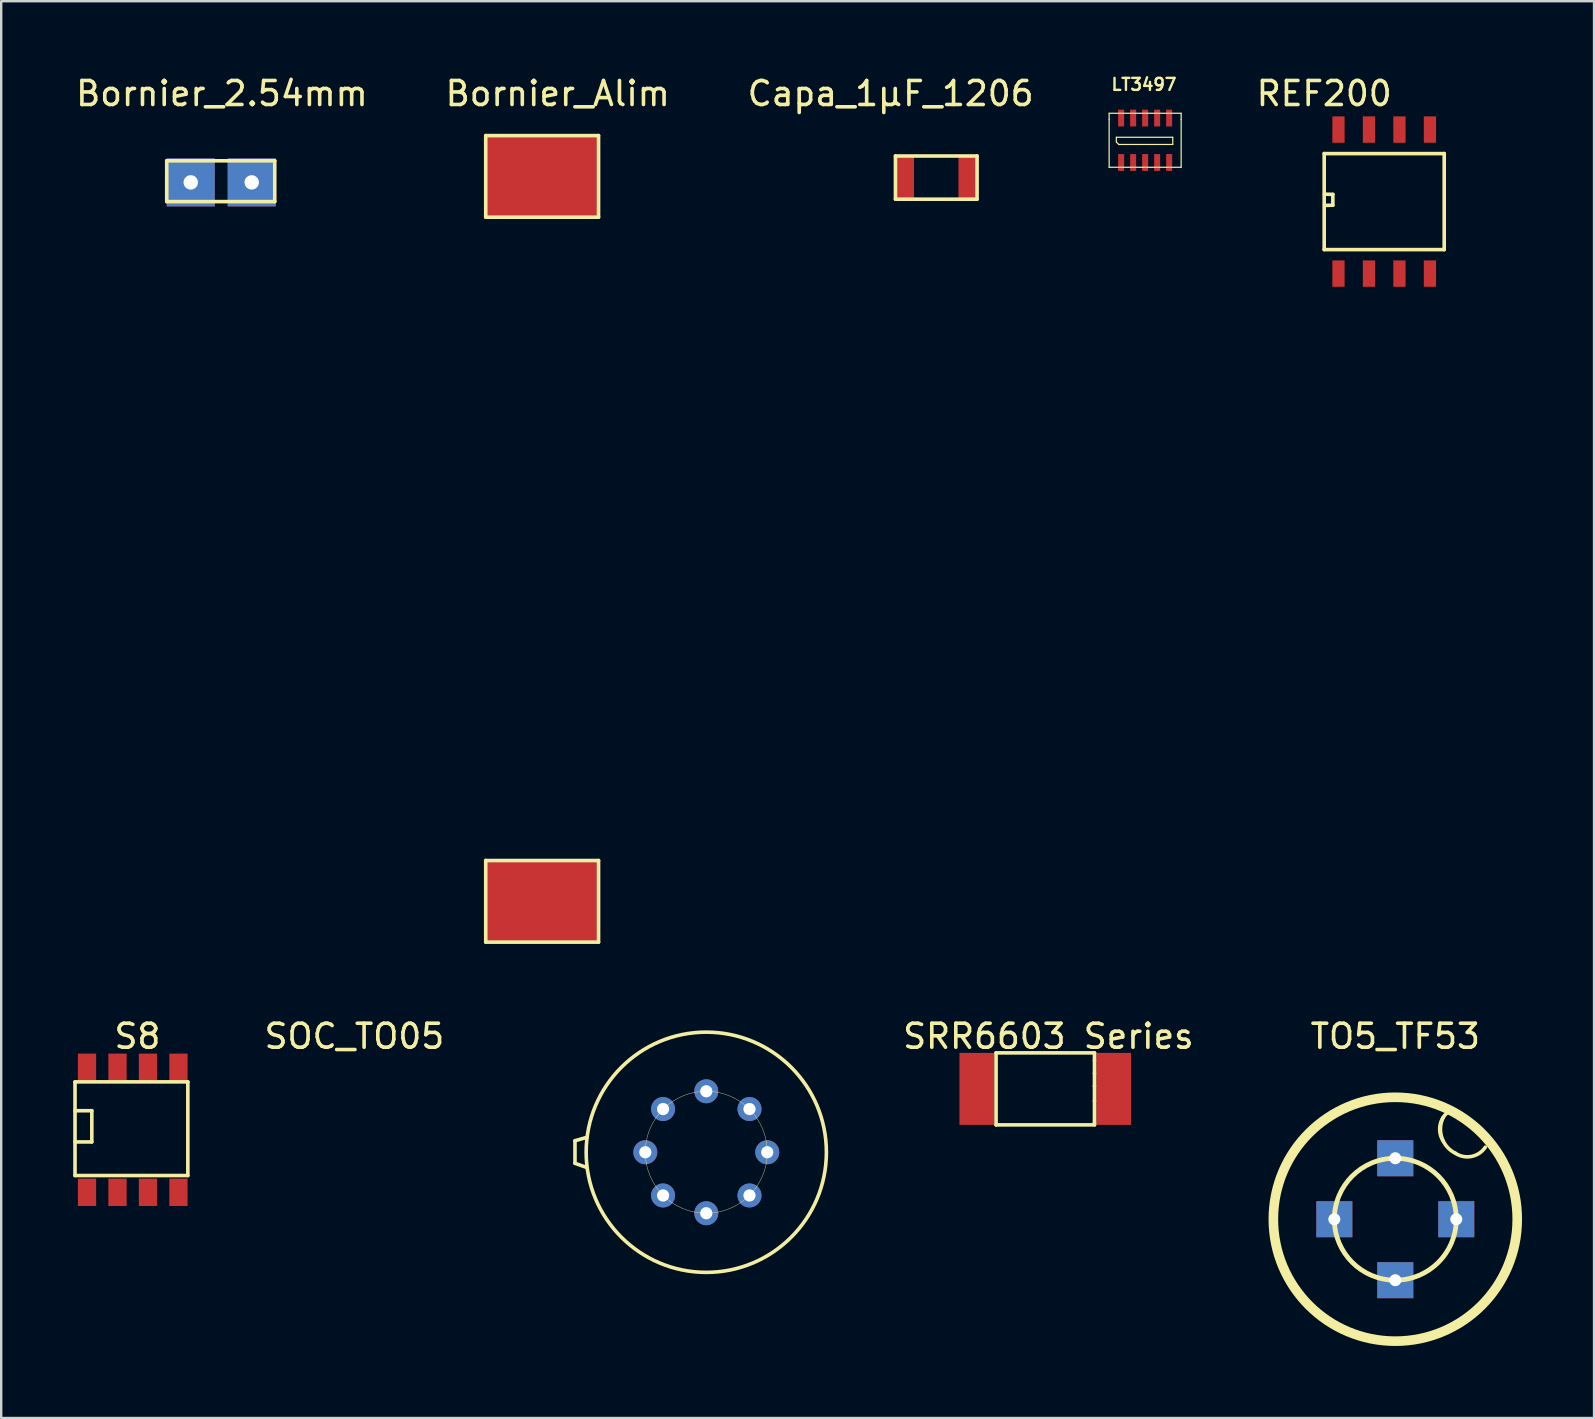
<source format=kicad_pcb>
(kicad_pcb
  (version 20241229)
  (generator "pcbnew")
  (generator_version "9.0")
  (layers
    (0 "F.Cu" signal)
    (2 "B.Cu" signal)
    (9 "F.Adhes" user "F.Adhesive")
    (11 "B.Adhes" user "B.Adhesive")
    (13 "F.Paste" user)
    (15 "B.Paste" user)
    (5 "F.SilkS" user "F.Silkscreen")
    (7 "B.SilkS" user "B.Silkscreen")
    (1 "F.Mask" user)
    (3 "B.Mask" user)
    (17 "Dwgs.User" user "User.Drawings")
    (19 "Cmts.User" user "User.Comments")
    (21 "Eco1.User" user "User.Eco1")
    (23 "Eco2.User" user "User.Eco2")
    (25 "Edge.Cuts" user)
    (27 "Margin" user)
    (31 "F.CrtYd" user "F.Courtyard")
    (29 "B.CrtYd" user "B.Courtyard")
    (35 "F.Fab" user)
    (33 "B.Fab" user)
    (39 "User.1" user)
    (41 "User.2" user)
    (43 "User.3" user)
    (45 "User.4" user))
  (footprint "Capa_1µF_1206"
    (layer "F.Cu")
    (at 34.254 3.448)
    (property "Reference" "Capa_1µF_1206" (at -0.2 -2.6 0) (layer "F.SilkS") (effects (font (size 1 1) (thickness 0.15))))
    (attr through_hole)
    (fp_line (start 0 0) (end 3.4 0) (stroke (width 0.15) (type solid)) (layer "F.SilkS"))
    (fp_line (start 0 1.8) (end 0 0) (stroke (width 0.15) (type solid)) (layer "F.SilkS"))
    (fp_line (start 3.4 0) (end 3.4 1.8) (stroke (width 0.15) (type solid)) (layer "F.SilkS"))
    (fp_line (start 3.4 1.8) (end 0 1.8) (stroke (width 0.15) (type solid)) (layer "F.SilkS"))
    (pad "1" smd rect (at 0.4 0.9) (size 0.75 1.8) (layers "F.Cu" "F.Mask" "F.Paste"))
    (pad "2" smd rect (at 3 0.9) (size 0.75 1.8) (layers "F.Cu" "F.Mask" "F.Paste")))
  (footprint "SOC_TO05"
    (layer "F.Cu")
    (at 26.373 44.952)
    (property "Reference" "SOC_TO05" (at -14.66 -4.83 0) (layer "F.SilkS") (effects (font (size 1 1) (thickness 0.15))))
    (attr through_hole)
    (fp_line (start -5.47 -0.48) (end -5.47 0.46) (stroke (width 0.15) (type solid)) (layer "F.SilkS"))
    (fp_line (start -5.47 0.46) (end -5.02 0.62) (stroke (width 0.15) (type solid)) (layer "F.SilkS"))
    (fp_line (start -4.98 -0.62) (end -5.47 -0.48) (stroke (width 0.15) (type solid)) (layer "F.SilkS"))
    (fp_circle (center 0 0) (end 2.54 0) (stroke (width 0.015) (type solid)) (fill no) (layer "F.SilkS"))
    (fp_circle (center 0 0) (end 5.004 -0.01) (stroke (width 0.15) (type solid)) (fill no) (layer "F.SilkS"))
    (pad "1" thru_hole circle (at -2.54 0) (size 1 1) (drill 0.508) (layers "*.Cu" "*.Mask"))
    (pad "2" thru_hole circle (at -1.8 1.8) (size 1 1) (drill 0.508) (layers "*.Cu" "*.Mask"))
    (pad "3" thru_hole circle (at 0 2.54) (size 1 1) (drill 0.508) (layers "*.Cu" "*.Mask"))
    (pad "4" thru_hole circle (at 1.8 1.8) (size 1 1) (drill 0.508) (layers "*.Cu" "*.Mask"))
    (pad "5" thru_hole circle (at 2.54 0) (size 1 1) (drill 0.508) (layers "*.Cu" "*.Mask"))
    (pad "6" thru_hole circle (at 1.8 -1.8) (size 1 1) (drill 0.508) (layers "*.Cu" "*.Mask"))
    (pad "7" thru_hole circle (at 0 -2.54) (size 1 1) (drill 0.508) (layers "*.Cu" "*.Mask"))
    (pad "8" thru_hole circle (at -1.8 -1.8) (size 1 1) (drill 0.508) (layers "*.Cu" "*.Mask")))
  (footprint "REF200"
    (layer "F.Cu")
    (at 52.115 3.348)
    (property "Reference" "REF200" (at 0 -2.5 0) (layer "F.SilkS") (effects (font (size 1 1) (thickness 0.15))))
    (attr through_hole)
    (fp_line (start 0 0) (end 5 0) (stroke (width 0.15) (type solid)) (layer "F.SilkS"))
    (fp_line (start 0 4) (end 0 0) (stroke (width 0.15) (type solid)) (layer "F.SilkS"))
    (fp_line (start 0.02 2.16) (end 0.36 2.15) (stroke (width 0.15) (type solid)) (layer "F.SilkS"))
    (fp_line (start 0.36 1.7) (end 0.01 1.69) (stroke (width 0.15) (type solid)) (layer "F.SilkS"))
    (fp_line (start 0.36 2.15) (end 0.36 1.7) (stroke (width 0.15) (type solid)) (layer "F.SilkS"))
    (fp_line (start 5 0) (end 5 4) (stroke (width 0.15) (type solid)) (layer "F.SilkS"))
    (fp_line (start 5 4) (end 0 4) (stroke (width 0.15) (type solid)) (layer "F.SilkS"))
    (pad "1" smd rect (at 0.595 5) (size 0.51 1.1) (layers "F.Cu" "F.Mask" "F.Paste"))
    (pad "2" smd rect (at 1.865 5) (size 0.51 1.1) (layers "F.Cu" "F.Mask" "F.Paste"))
    (pad "3" smd rect (at 3.135 5) (size 0.51 1.1) (layers "F.Cu" "F.Mask" "F.Paste"))
    (pad "4" smd rect (at 4.405 5) (size 0.51 1.1) (layers "F.Cu" "F.Mask" "F.Paste"))
    (pad "5" smd rect (at 4.405 -1) (size 0.51 1.1) (layers "F.Cu" "F.Mask" "F.Paste"))
    (pad "6" smd rect (at 3.135 -1) (size 0.51 1.1) (layers "F.Cu" "F.Mask" "F.Paste"))
    (pad "7" smd rect (at 1.865 -1) (size 0.51 1.1) (layers "F.Cu" "F.Mask" "F.Paste"))
    (pad "8" smd rect (at 0.595 -1) (size 0.51 1.1) (layers "F.Cu" "F.Mask" "F.Paste")))
  (footprint "TO5_TF53"
    (layer "F.Cu")
    (at 55.077 47.742)
    (property "Reference" "TO5_TF53" (at 0 -7.62 0) (layer "F.SilkS") (effects (font (size 1 1) (thickness 0.15))))
    (attr through_hole)
    (fp_arc (start 2 -3.25) (mid 1.866117 -3.926777) (end 2.25 -4.5) (stroke (width 0.15) (type solid)) (layer "F.SilkS"))
    (fp_arc (start 2.5 -2.75) (mid 1.93934 -3.396447) (end 2 -4.25) (stroke (width 0.15) (type solid)) (layer "F.SilkS"))
    (fp_arc (start 3.75 -3) (mid 3.176777 -2.616117) (end 2.5 -2.75) (stroke (width 0.15) (type solid)) (layer "F.SilkS"))
    (fp_circle (center 0 0) (end -5.08 0) (stroke (width 0.4) (type solid)) (fill no) (layer "F.SilkS"))
    (fp_circle (center 0 0) (end -2.54 0) (stroke (width 0.2) (type solid)) (fill no) (layer "F.SilkS"))
    (pad "1" thru_hole rect (at -2.54 0) (size 1.5 1.5) (drill 0.5) (layers "*.Cu" "*.Mask"))
    (pad "2" thru_hole rect (at 0 2.54) (size 1.5 1.5) (drill 0.5) (layers "*.Cu" "*.Mask"))
    (pad "3" thru_hole rect (at 2.54 0) (size 1.5 1.5) (drill 0.5) (layers "*.Cu" "*.Mask"))
    (pad "4" thru_hole rect (at 0 -2.54) (size 1.5 1.5) (drill 0.5) (layers "*.Cu" "*.Mask")))
  (footprint "SRR6603 Series"
    (layer "F.Cu")
    (at 38.445 40.812)
    (property "Reference" "SRR6603 Series" (at 2.18 -0.69 0) (layer "F.SilkS") (effects (font (size 1 1) (thickness 0.15))))
    (attr through_hole)
    (fp_line (start 0 0) (end 4.1 0) (stroke (width 0.15) (type solid)) (layer "F.SilkS"))
    (fp_line (start 0 3) (end 0 0) (stroke (width 0.15) (type solid)) (layer "F.SilkS"))
    (fp_line (start 4.1 0) (end 4.1 0.32) (stroke (width 0.15) (type solid)) (layer "F.SilkS"))
    (fp_line (start 4.1 0.32) (end 4.1 0.86) (stroke (width 0.15) (type solid)) (layer "F.SilkS"))
    (fp_line (start 4.1 0.86) (end 4.1 1.39) (stroke (width 0.15) (type solid)) (layer "F.SilkS"))
    (fp_line (start 4.1 1.39) (end 4.1 1.99) (stroke (width 0.15) (type solid)) (layer "F.SilkS"))
    (fp_line (start 4.1 1.99) (end 4.1 2.9) (stroke (width 0.15) (type solid)) (layer "F.SilkS"))
    (fp_line (start 4.1 2.9) (end 4.1 3) (stroke (width 0.15) (type solid)) (layer "F.SilkS"))
    (fp_line (start 4.1 3) (end 0 3) (stroke (width 0.15) (type solid)) (layer "F.SilkS"))
    (pad "1" smd rect (at -0.8 1.5) (size 1.45 3) (layers "F.Cu" "F.Mask" "F.Paste"))
    (pad "2" smd rect (at 4.9 1.5) (size 1.45 3) (layers "F.Cu" "F.Mask" "F.Paste")))
  (footprint "LT3497"
    (layer "F.Cu")
    (at 43.656 3.718)
    (property "Reference" "LT3497" (at 0.95 -3.25 0) (layer "F.SilkS") (effects (font (size 0.5 0.5) (thickness 0.1))))
    (attr through_hole)
    (fp_line (start -0.5 -2.05) (end -0.5 -1.8) (stroke (width 0.05) (type solid)) (layer "F.SilkS"))
    (fp_line (start -0.5 -1.8) (end -0.5 0.2) (stroke (width 0.05) (type solid)) (layer "F.SilkS"))
    (fp_line (start -0.5 0.2) (end 2.5 0.2) (stroke (width 0.05) (type solid)) (layer "F.SilkS"))
    (fp_line (start -0.2 -1.05) (end -0.2 -0.85) (stroke (width 0.05) (type solid)) (layer "F.SilkS"))
    (fp_line (start -0.2 -0.85) (end -0.1 -0.75) (stroke (width 0.05) (type solid)) (layer "F.SilkS"))
    (fp_line (start -0.1 -0.75) (end 2.15 -0.75) (stroke (width 0.05) (type solid)) (layer "F.SilkS"))
    (fp_line (start 2.15 -1.05) (end -0.2 -1.05) (stroke (width 0.05) (type solid)) (layer "F.SilkS"))
    (fp_line (start 2.15 -0.75) (end 2.15 -1.05) (stroke (width 0.05) (type solid)) (layer "F.SilkS"))
    (fp_line (start 2.5 -2.05) (end -0.5 -2.05) (stroke (width 0.05) (type solid)) (layer "F.SilkS"))
    (fp_line (start 2.5 -2.05) (end 2.5 -1.8) (stroke (width 0.05) (type solid)) (layer "F.SilkS"))
    (fp_line (start 2.5 0.2) (end 2.5 -1.8) (stroke (width 0.05) (type solid)) (layer "F.SilkS"))
    (pad "1" smd rect (at 0 0) (size 0.25 0.7) (layers "F.Cu" "F.Mask" "F.Paste"))
    (pad "2" smd rect (at 0.5 0) (size 0.25 0.7) (layers "F.Cu" "F.Mask" "F.Paste"))
    (pad "3" smd rect (at 1 0) (size 0.25 0.7) (layers "F.Cu" "F.Mask" "F.Paste"))
    (pad "4" smd rect (at 1.5 0) (size 0.25 0.7) (layers "F.Cu" "F.Mask" "F.Paste"))
    (pad "5" smd rect (at 2 0) (size 0.25 0.7) (layers "F.Cu" "F.Mask" "F.Paste"))
    (pad "6" smd rect (at 2 -1.85) (size 0.25 0.7) (layers "F.Cu" "F.Mask" "F.Paste"))
    (pad "7" smd rect (at 1.5 -1.85) (size 0.25 0.7) (layers "F.Cu" "F.Mask" "F.Paste"))
    (pad "8" smd rect (at 1 -1.85) (size 0.25 0.7) (layers "F.Cu" "F.Mask" "F.Paste"))
    (pad "9" smd rect (at 0.5 -1.85) (size 0.25 0.7) (layers "F.Cu" "F.Mask" "F.Paste"))
    (pad "10" smd rect (at 0 -1.85) (size 0.25 0.7) (layers "F.Cu" "F.Mask" "F.Paste")))
  (footprint "Bornier_Alim"
    (layer "F.Cu")
    (at 17.185 2.598)
    (property "Reference" "Bornier_Alim" (at 3 -1.75 0) (layer "F.SilkS") (effects (font (size 1 1) (thickness 0.15))))
    (attr through_hole)
    (fp_line (start 0 0) (end 0 3.4) (stroke (width 0.15) (type solid)) (layer "F.SilkS"))
    (fp_line (start 0 3.4) (end 4.7 3.4) (stroke (width 0.15) (type solid)) (layer "F.SilkS"))
    (fp_line (start 0 30.2) (end 4.7 30.2) (stroke (width 0.15) (type solid)) (layer "F.SilkS"))
    (fp_line (start 0 33.6) (end 0 30.2) (stroke (width 0.15) (type solid)) (layer "F.SilkS"))
    (fp_line (start 4.7 0) (end 0 0) (stroke (width 0.15) (type solid)) (layer "F.SilkS"))
    (fp_line (start 4.7 3.4) (end 4.7 0) (stroke (width 0.15) (type solid)) (layer "F.SilkS"))
    (fp_line (start 4.7 30.2) (end 4.7 33.6) (stroke (width 0.15) (type solid)) (layer "F.SilkS"))
    (fp_line (start 4.7 33.6) (end 0 33.6) (stroke (width 0.15) (type solid)) (layer "F.SilkS"))
    (pad "1" smd rect (at 2.35 1.7) (size 4.7 3.4) (layers "F.Cu" "F.Mask" "F.Paste"))
    (pad "2" smd rect (at 2.35 31.89) (size 4.7 3.4) (layers "F.Cu" "F.Mask" "F.Paste")))
  (footprint "S8"
    (layer "F.Cu")
    (at 0.575 46.621)
    (property "Reference" "S8" (at 2.1 -6.5 0) (layer "F.SilkS") (effects (font (size 1 1) (thickness 0.15))))
    (attr through_hole)
    (fp_line (start -0.5 -4.6) (end -0.5 -0.7) (stroke (width 0.15) (type solid)) (layer "F.SilkS"))
    (fp_line (start -0.5 -3.4) (end 0.2 -3.4) (stroke (width 0.15) (type solid)) (layer "F.SilkS"))
    (fp_line (start -0.5 -0.7) (end 4.2 -0.7) (stroke (width 0.15) (type solid)) (layer "F.SilkS"))
    (fp_line (start 0.2 -3.4) (end 0.2 -2.1) (stroke (width 0.15) (type solid)) (layer "F.SilkS"))
    (fp_line (start 0.2 -2.1) (end -0.5 -2.1) (stroke (width 0.15) (type solid)) (layer "F.SilkS"))
    (fp_line (start 4.2 -4.6) (end -0.5 -4.6) (stroke (width 0.15) (type solid)) (layer "F.SilkS"))
    (fp_line (start 4.2 -0.7) (end 4.2 -4.6) (stroke (width 0.15) (type solid)) (layer "F.SilkS"))
    (pad "1" smd rect (at 0 0) (size 0.76 1.14) (layers "F.Cu" "F.Mask" "F.Paste"))
    (pad "2" smd rect (at 1.27 0) (size 0.76 1.14) (layers "F.Cu" "F.Mask" "F.Paste"))
    (pad "3" smd rect (at 2.54 0) (size 0.76 1.14) (layers "F.Cu" "F.Mask" "F.Paste"))
    (pad "4" smd rect (at 3.81 0) (size 0.76 1.14) (layers "F.Cu" "F.Mask" "F.Paste"))
    (pad "5" smd rect (at 3.81 -5.21) (size 0.76 1.14) (layers "F.Cu" "F.Mask" "F.Paste"))
    (pad "6" smd rect (at 2.54 -5.21) (size 0.76 1.14) (layers "F.Cu" "F.Mask" "F.Paste"))
    (pad "7" smd rect (at 1.27 -5.21) (size 0.76 1.14) (layers "F.Cu" "F.Mask" "F.Paste"))
    (pad "8" smd rect (at 0 -5.21) (size 0.76 1.14) (layers "F.Cu" "F.Mask" "F.Paste")))
  (footprint "Bornier_2.54mm"
    (layer "F.Cu")
    (at 4.896 4.548)
    (property "Reference" "Bornier_2.54mm" (at 1.3 -3.7 0) (layer "F.SilkS") (effects (font (size 1 1) (thickness 0.15))))
    (attr through_hole)
    (fp_line (start -1 -0.9) (end -1 0.8) (stroke (width 0.15) (type solid)) (layer "F.SilkS"))
    (fp_line (start -1 0.8) (end 3.5 0.8) (stroke (width 0.15) (type solid)) (layer "F.SilkS"))
    (fp_line (start 3.5 -0.9) (end -1 -0.9) (stroke (width 0.15) (type solid)) (layer "F.SilkS"))
    (fp_line (start 3.5 0.8) (end 3.5 -0.9) (stroke (width 0.15) (type solid)) (layer "F.SilkS"))
    (pad "1" thru_hole rect (at 0 0) (size 2 2) (drill 0.6) (layers "*.Cu" "*.Mask"))
    (pad "2" thru_hole rect (at 2.54 0) (size 2 2) (drill 0.6) (layers "*.Cu" "*.Mask")))
  (gr_rect
    (start -3 -3)
    (end 63.357 56.022)
    (stroke (width 0.1) (type default))
    (fill no)
    (layer "Edge.Cuts")))
</source>
